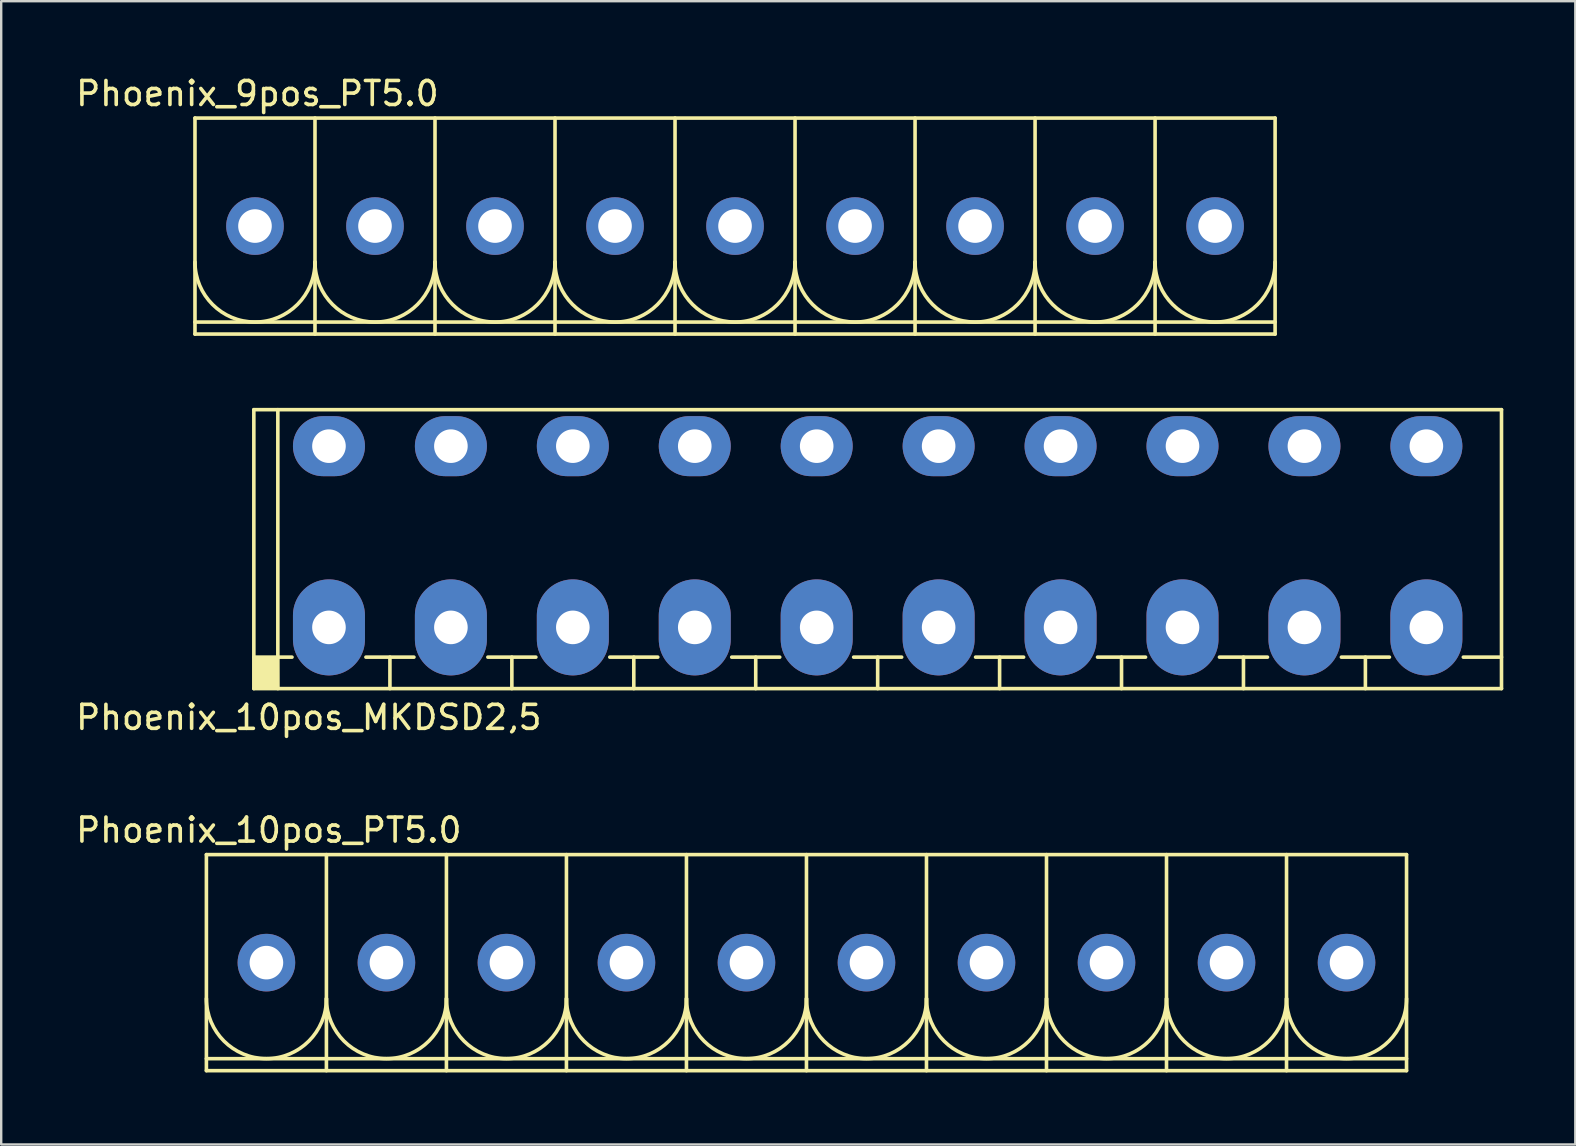
<source format=kicad_pcb>
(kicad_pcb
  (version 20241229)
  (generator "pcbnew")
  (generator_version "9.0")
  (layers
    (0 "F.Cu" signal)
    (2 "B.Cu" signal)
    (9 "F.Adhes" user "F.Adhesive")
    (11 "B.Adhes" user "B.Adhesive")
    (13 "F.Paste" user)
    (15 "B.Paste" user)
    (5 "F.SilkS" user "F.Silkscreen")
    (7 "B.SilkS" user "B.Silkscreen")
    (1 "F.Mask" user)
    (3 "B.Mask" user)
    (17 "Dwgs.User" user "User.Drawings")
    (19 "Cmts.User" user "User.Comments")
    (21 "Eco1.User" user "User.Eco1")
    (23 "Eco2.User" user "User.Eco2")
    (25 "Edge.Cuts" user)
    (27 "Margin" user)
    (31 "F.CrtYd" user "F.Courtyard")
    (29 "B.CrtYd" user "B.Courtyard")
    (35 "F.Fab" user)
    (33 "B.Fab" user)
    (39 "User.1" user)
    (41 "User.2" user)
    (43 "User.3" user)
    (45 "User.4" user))
  (footprint "Phoenix_10pos_MKDSD2,5"
    (layer "F.Cu")
    (at 33.515 19.828)
    (property "Reference" "Phoenix_10pos_MKDSD2,5" (at -23.7 7.01 0) (layer "F.SilkS") (effects (font (size 1 1) (thickness 0.15))))
    (attr through_hole)
    (fp_line (start -25.99 -5.81) (end -25.99 5.81) (stroke (width 0.15) (type solid)) (layer "F.SilkS"))
    (fp_line (start -25.99 -5.81) (end 25.99 -5.81) (stroke (width 0.15) (type solid)) (layer "F.SilkS"))
    (fp_line (start -25.99 4.5) (end -24.4 4.5) (stroke (width 0.15) (type solid)) (layer "F.SilkS"))
    (fp_line (start -25.99 5.81) (end 25.99 5.81) (stroke (width 0.15) (type solid)) (layer "F.SilkS"))
    (fp_line (start -24.99 -5.81) (end -24.99 5.81) (stroke (width 0.15) (type solid)) (layer "F.SilkS"))
    (fp_line (start -21.32 4.5) (end -19.32 4.5) (stroke (width 0.15) (type solid)) (layer "F.SilkS"))
    (fp_line (start -20.32 4.5) (end -20.32 5.81) (stroke (width 0.15) (type solid)) (layer "F.SilkS"))
    (fp_line (start -16.24 4.5) (end -14.24 4.5) (stroke (width 0.15) (type solid)) (layer "F.SilkS"))
    (fp_line (start -15.24 4.5) (end -15.24 5.81) (stroke (width 0.15) (type solid)) (layer "F.SilkS"))
    (fp_line (start -11.16 4.5) (end -9.16 4.5) (stroke (width 0.15) (type solid)) (layer "F.SilkS"))
    (fp_line (start -10.16 4.5) (end -10.16 5.81) (stroke (width 0.15) (type solid)) (layer "F.SilkS"))
    (fp_line (start -6.08 4.5) (end -4.08 4.5) (stroke (width 0.15) (type solid)) (layer "F.SilkS"))
    (fp_line (start -5.08 4.5) (end -5.08 5.81) (stroke (width 0.15) (type solid)) (layer "F.SilkS"))
    (fp_line (start -1 4.5) (end 1 4.5) (stroke (width 0.15) (type solid)) (layer "F.SilkS"))
    (fp_line (start 0 4.5) (end 0 5.81) (stroke (width 0.15) (type solid)) (layer "F.SilkS"))
    (fp_line (start 4.08 4.5) (end 6.08 4.5) (stroke (width 0.15) (type solid)) (layer "F.SilkS"))
    (fp_line (start 5.08 4.5) (end 5.08 5.81) (stroke (width 0.15) (type solid)) (layer "F.SilkS"))
    (fp_line (start 9.16 4.5) (end 11.16 4.5) (stroke (width 0.15) (type solid)) (layer "F.SilkS"))
    (fp_line (start 10.16 4.5) (end 10.16 5.81) (stroke (width 0.15) (type solid)) (layer "F.SilkS"))
    (fp_line (start 14.24 4.5) (end 16.24 4.5) (stroke (width 0.15) (type solid)) (layer "F.SilkS"))
    (fp_line (start 15.24 4.5) (end 15.24 5.81) (stroke (width 0.15) (type solid)) (layer "F.SilkS"))
    (fp_line (start 19.32 4.5) (end 21.32 4.5) (stroke (width 0.15) (type solid)) (layer "F.SilkS"))
    (fp_line (start 20.32 4.5) (end 20.32 5.81) (stroke (width 0.15) (type solid)) (layer "F.SilkS"))
    (fp_line (start 24.4 4.5) (end 25.99 4.5) (stroke (width 0.15) (type solid)) (layer "F.SilkS"))
    (fp_line (start 25.99 5.81) (end 25.99 -5.81) (stroke (width 0.15) (type solid)) (layer "F.SilkS"))
    (fp_poly (pts (xy -24.98 5.81) (xy -25.96 5.8) (xy -25.98 4.52) (xy -24.99 4.51)) (stroke (width 0.1) (type solid)) (fill yes) (layer "F.SilkS"))
    (pad "1" thru_hole oval (at -22.86 -4.29 270) (size 2.5 3) (drill 1.4) (layers "*.Cu" "*.Mask"))
    (pad "1" thru_hole oval (at -22.86 3.26) (size 3 4) (drill 1.4) (layers "*.Cu" "*.Mask"))
    (pad "2" thru_hole oval (at -17.78 -4.29 270) (size 2.5 3) (drill 1.4) (layers "*.Cu" "*.Mask"))
    (pad "2" thru_hole oval (at -17.78 3.26) (size 3 4) (drill 1.4) (layers "*.Cu" "*.Mask"))
    (pad "3" thru_hole oval (at -12.7 -4.29 270) (size 2.5 3) (drill 1.4) (layers "*.Cu" "*.Mask"))
    (pad "3" thru_hole oval (at -12.7 3.26) (size 3 4) (drill 1.4) (layers "*.Cu" "*.Mask"))
    (pad "4" thru_hole oval (at -7.62 -4.29 270) (size 2.5 3) (drill 1.4) (layers "*.Cu" "*.Mask"))
    (pad "4" thru_hole oval (at -7.62 3.26) (size 3 4) (drill 1.4) (layers "*.Cu" "*.Mask"))
    (pad "5" thru_hole oval (at -2.54 -4.29 270) (size 2.5 3) (drill 1.4) (layers "*.Cu" "*.Mask"))
    (pad "5" thru_hole oval (at -2.54 3.26) (size 3 4) (drill 1.4) (layers "*.Cu" "*.Mask"))
    (pad "6" thru_hole oval (at 2.54 -4.29 270) (size 2.5 3) (drill 1.4) (layers "*.Cu" "*.Mask"))
    (pad "6" thru_hole oval (at 2.54 3.26) (size 3 4) (drill 1.4) (layers "*.Cu" "*.Mask"))
    (pad "7" thru_hole oval (at 7.62 -4.29 270) (size 2.5 3) (drill 1.4) (layers "*.Cu" "*.Mask"))
    (pad "7" thru_hole oval (at 7.62 3.26) (size 3 4) (drill 1.4) (layers "*.Cu" "*.Mask"))
    (pad "8" thru_hole oval (at 12.7 -4.29 270) (size 2.5 3) (drill 1.4) (layers "*.Cu" "*.Mask"))
    (pad "8" thru_hole oval (at 12.7 3.26) (size 3 4) (drill 1.4) (layers "*.Cu" "*.Mask"))
    (pad "9" thru_hole oval (at 17.78 -4.29 270) (size 2.5 3) (drill 1.4) (layers "*.Cu" "*.Mask"))
    (pad "9" thru_hole oval (at 17.78 3.26) (size 3 4) (drill 1.4) (layers "*.Cu" "*.Mask"))
    (pad "10" thru_hole oval (at 22.86 -4.29 270) (size 2.5 3) (drill 1.4) (layers "*.Cu" "*.Mask"))
    (pad "10" thru_hole oval (at 22.86 3.26) (size 3 4) (drill 1.4) (layers "*.Cu" "*.Mask")))
  (footprint "Phoenix_9pos_PT5.0"
    (layer "F.Cu")
    (at 27.573 6.368)
    (property "Reference" "Phoenix_9pos_PT5.0" (at -19.9 -5.52 0) (layer "F.SilkS") (effects (font (size 1 1) (thickness 0.15))))
    (attr through_hole)
    (fp_line (start -22.5 -4.5) (end -22.5 4.5) (stroke (width 0.15) (type solid)) (layer "F.SilkS"))
    (fp_line (start -22.5 -4.5) (end 22.5 -4.5) (stroke (width 0.15) (type solid)) (layer "F.SilkS"))
    (fp_line (start -22.5 4) (end 22.5 4) (stroke (width 0.15) (type solid)) (layer "F.SilkS"))
    (fp_line (start -17.5 -4.5) (end -17.5 4.5) (stroke (width 0.15) (type solid)) (layer "F.SilkS"))
    (fp_line (start -12.5 -4.5) (end -12.5 4.5) (stroke (width 0.15) (type solid)) (layer "F.SilkS"))
    (fp_line (start -7.5 -4.5) (end -7.5 4.5) (stroke (width 0.15) (type solid)) (layer "F.SilkS"))
    (fp_line (start -2.5 -4.5) (end -2.5 4.5) (stroke (width 0.15) (type solid)) (layer "F.SilkS"))
    (fp_line (start 2.5 -4.5) (end 2.5 4.5) (stroke (width 0.15) (type solid)) (layer "F.SilkS"))
    (fp_line (start 7.5 -4.5) (end 7.5 4.5) (stroke (width 0.15) (type solid)) (layer "F.SilkS"))
    (fp_line (start 12.5 -4.5) (end 12.5 4.5) (stroke (width 0.15) (type solid)) (layer "F.SilkS"))
    (fp_line (start 17.5 -4.5) (end 17.5 4.5) (stroke (width 0.15) (type solid)) (layer "F.SilkS"))
    (fp_line (start 22.5 -4.5) (end 22.5 4.5) (stroke (width 0.15) (type solid)) (layer "F.SilkS"))
    (fp_line (start 22.5 4.5) (end -22.5 4.5) (stroke (width 0.15) (type solid)) (layer "F.SilkS"))
    (fp_arc (start -17.5 1.5) (mid -20 4) (end -22.5 1.5) (stroke (width 0.15) (type solid)) (layer "F.SilkS"))
    (fp_arc (start -12.5 1.5) (mid -15 4) (end -17.5 1.5) (stroke (width 0.15) (type solid)) (layer "F.SilkS"))
    (fp_arc (start -7.5 1.5) (mid -10 4) (end -12.5 1.5) (stroke (width 0.15) (type solid)) (layer "F.SilkS"))
    (fp_arc (start -2.5 1.5) (mid -5 4) (end -7.5 1.5) (stroke (width 0.15) (type solid)) (layer "F.SilkS"))
    (fp_arc (start 2.5 1.5) (mid 0 4) (end -2.5 1.5) (stroke (width 0.15) (type solid)) (layer "F.SilkS"))
    (fp_arc (start 7.5 1.5) (mid 5 4) (end 2.5 1.5) (stroke (width 0.15) (type solid)) (layer "F.SilkS"))
    (fp_arc (start 12.5 1.5) (mid 10 4) (end 7.5 1.5) (stroke (width 0.15) (type solid)) (layer "F.SilkS"))
    (fp_arc (start 17.5 1.5) (mid 15 4) (end 12.5 1.5) (stroke (width 0.15) (type solid)) (layer "F.SilkS"))
    (fp_arc (start 22.5 1.5) (mid 20 4) (end 17.5 1.5) (stroke (width 0.15) (type solid)) (layer "F.SilkS"))
    (pad "1" thru_hole circle (at -20 0) (size 2.4 2.4) (drill 1.4) (layers "*.Cu" "*.Mask"))
    (pad "2" thru_hole circle (at -15 0) (size 2.4 2.4) (drill 1.4) (layers "*.Cu" "*.Mask"))
    (pad "3" thru_hole circle (at -10 0) (size 2.4 2.4) (drill 1.4) (layers "*.Cu" "*.Mask"))
    (pad "4" thru_hole circle (at -5 0) (size 2.4 2.4) (drill 1.4) (layers "*.Cu" "*.Mask"))
    (pad "5" thru_hole circle (at 0 0) (size 2.4 2.4) (drill 1.4) (layers "*.Cu" "*.Mask"))
    (pad "6" thru_hole circle (at 5 0) (size 2.4 2.4) (drill 1.4) (layers "*.Cu" "*.Mask"))
    (pad "7" thru_hole circle (at 10 0) (size 2.4 2.4) (drill 1.4) (layers "*.Cu" "*.Mask"))
    (pad "8" thru_hole circle (at 15 0) (size 2.4 2.4) (drill 1.4) (layers "*.Cu" "*.Mask"))
    (pad "9" thru_hole circle (at 20 0) (size 2.4 2.4) (drill 1.4) (layers "*.Cu" "*.Mask")))
  (footprint "Phoenix_10pos_PT5.0"
    (layer "F.Cu")
    (at 30.549 37.055)
    (property "Reference" "Phoenix_10pos_PT5.0" (at -22.4 -5.52 0) (layer "F.SilkS") (effects (font (size 1 1) (thickness 0.15))))
    (attr through_hole)
    (fp_line (start -25 -4.5) (end 25 -4.5) (stroke (width 0.15) (type solid)) (layer "F.SilkS"))
    (fp_line (start -25 4) (end 25 4) (stroke (width 0.15) (type solid)) (layer "F.SilkS"))
    (fp_line (start -25 4.5) (end -25 -4.5) (stroke (width 0.15) (type solid)) (layer "F.SilkS"))
    (fp_line (start -20 -4.5) (end -20 4.5) (stroke (width 0.15) (type solid)) (layer "F.SilkS"))
    (fp_line (start -15 -4.5) (end -15 4.5) (stroke (width 0.15) (type solid)) (layer "F.SilkS"))
    (fp_line (start -10 -4.5) (end -10 4.5) (stroke (width 0.15) (type solid)) (layer "F.SilkS"))
    (fp_line (start -5 -4.5) (end -5 4.5) (stroke (width 0.15) (type solid)) (layer "F.SilkS"))
    (fp_line (start 0 -4.5) (end 0 4.5) (stroke (width 0.15) (type solid)) (layer "F.SilkS"))
    (fp_line (start 5 -4.5) (end 5 4.5) (stroke (width 0.15) (type solid)) (layer "F.SilkS"))
    (fp_line (start 10 -4.5) (end 10 4.5) (stroke (width 0.15) (type solid)) (layer "F.SilkS"))
    (fp_line (start 15 -4.5) (end 15 4.5) (stroke (width 0.15) (type solid)) (layer "F.SilkS"))
    (fp_line (start 20 -4.5) (end 20 4.5) (stroke (width 0.15) (type solid)) (layer "F.SilkS"))
    (fp_line (start 25 -4.5) (end 25 4.5) (stroke (width 0.15) (type solid)) (layer "F.SilkS"))
    (fp_line (start 25 4.5) (end -25 4.5) (stroke (width 0.15) (type solid)) (layer "F.SilkS"))
    (fp_arc (start -20 1.5) (mid -22.5 4) (end -25 1.5) (stroke (width 0.15) (type solid)) (layer "F.SilkS"))
    (fp_arc (start -15 1.5) (mid -17.5 4) (end -20 1.5) (stroke (width 0.15) (type solid)) (layer "F.SilkS"))
    (fp_arc (start -10 1.5) (mid -12.5 4) (end -15 1.5) (stroke (width 0.15) (type solid)) (layer "F.SilkS"))
    (fp_arc (start -5 1.5) (mid -7.5 4) (end -10 1.5) (stroke (width 0.15) (type solid)) (layer "F.SilkS"))
    (fp_arc (start 0 1.5) (mid -2.5 4) (end -5 1.5) (stroke (width 0.15) (type solid)) (layer "F.SilkS"))
    (fp_arc (start 5 1.5) (mid 2.5 4) (end 0 1.5) (stroke (width 0.15) (type solid)) (layer "F.SilkS"))
    (fp_arc (start 10 1.5) (mid 7.5 4) (end 5 1.5) (stroke (width 0.15) (type solid)) (layer "F.SilkS"))
    (fp_arc (start 15 1.5) (mid 12.5 4) (end 10 1.5) (stroke (width 0.15) (type solid)) (layer "F.SilkS"))
    (fp_arc (start 20 1.5) (mid 17.5 4) (end 15 1.5) (stroke (width 0.15) (type solid)) (layer "F.SilkS"))
    (fp_arc (start 25 1.5) (mid 22.5 4) (end 20 1.5) (stroke (width 0.15) (type solid)) (layer "F.SilkS"))
    (pad "1" thru_hole circle (at -22.5 0) (size 2.4 2.4) (drill 1.4) (layers "*.Cu" "*.Mask"))
    (pad "2" thru_hole circle (at -17.5 0) (size 2.4 2.4) (drill 1.4) (layers "*.Cu" "*.Mask"))
    (pad "3" thru_hole circle (at -12.5 0) (size 2.4 2.4) (drill 1.4) (layers "*.Cu" "*.Mask"))
    (pad "4" thru_hole circle (at -7.5 0) (size 2.4 2.4) (drill 1.4) (layers "*.Cu" "*.Mask"))
    (pad "5" thru_hole circle (at -2.5 0) (size 2.4 2.4) (drill 1.4) (layers "*.Cu" "*.Mask"))
    (pad "6" thru_hole circle (at 2.5 0) (size 2.4 2.4) (drill 1.4) (layers "*.Cu" "*.Mask"))
    (pad "7" thru_hole circle (at 7.5 0) (size 2.4 2.4) (drill 1.4) (layers "*.Cu" "*.Mask"))
    (pad "8" thru_hole circle (at 12.5 0) (size 2.4 2.4) (drill 1.4) (layers "*.Cu" "*.Mask"))
    (pad "9" thru_hole circle (at 17.5 0) (size 2.4 2.4) (drill 1.4) (layers "*.Cu" "*.Mask"))
    (pad "10" thru_hole circle (at 22.5 0) (size 2.4 2.4) (drill 1.4) (layers "*.Cu" "*.Mask")))
  (gr_rect
    (start -3 -3)
    (end 62.58 44.63)
    (stroke (width 0.1) (type default))
    (fill no)
    (layer "Edge.Cuts")))
</source>
